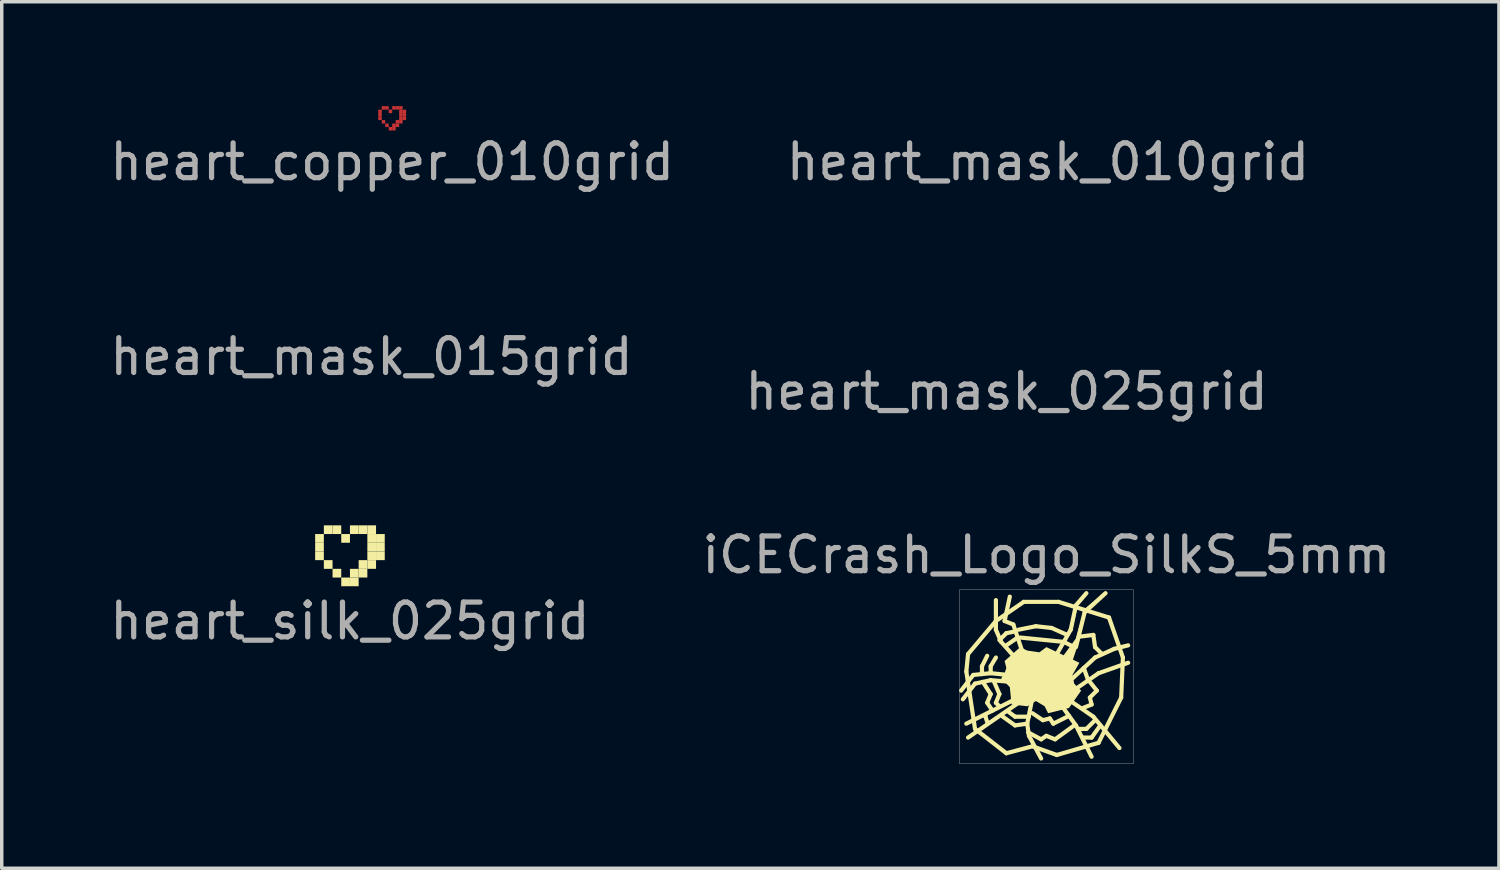
<source format=kicad_pcb>
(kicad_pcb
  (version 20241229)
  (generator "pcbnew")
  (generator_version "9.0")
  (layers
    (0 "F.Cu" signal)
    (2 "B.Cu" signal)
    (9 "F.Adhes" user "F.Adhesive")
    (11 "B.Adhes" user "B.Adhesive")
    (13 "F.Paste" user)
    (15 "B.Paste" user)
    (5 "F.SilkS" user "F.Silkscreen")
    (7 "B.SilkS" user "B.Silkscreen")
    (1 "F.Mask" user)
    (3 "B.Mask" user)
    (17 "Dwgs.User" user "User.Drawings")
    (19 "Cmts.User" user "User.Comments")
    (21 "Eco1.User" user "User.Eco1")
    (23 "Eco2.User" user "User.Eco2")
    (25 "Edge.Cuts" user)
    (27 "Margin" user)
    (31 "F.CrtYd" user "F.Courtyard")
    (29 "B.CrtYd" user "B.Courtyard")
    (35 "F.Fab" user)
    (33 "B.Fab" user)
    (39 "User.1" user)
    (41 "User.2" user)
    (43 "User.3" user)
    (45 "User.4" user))
  (footprint "iCECrash_Logo_SilkS_5mm"
    (layer "F.Cu")
    (at 27.018 16.395)
    (property "Reference" "iCECrash_Logo_SilkS_5mm" (at 0 -3.5 0) (unlocked yes) (layer "F.Fab") (effects (font (size 1 1) (thickness 0.15))))
    (fp_line (start -2.3 -0.15) (end -2.25 -0.65) (stroke (width 0.12) (type solid)) (layer "F.SilkS"))
    (fp_line (start -2.25 -0.65) (end -1.45 -1.6) (stroke (width 0.12) (type solid)) (layer "F.SilkS"))
    (fp_line (start -2.1 -0.05) (end -2.45 0.4) (stroke (width 0.12) (type solid)) (layer "F.SilkS"))
    (fp_line (start -2.05 0.2) (end -2.4 0.65) (stroke (width 0.12) (type solid)) (layer "F.SilkS"))
    (fp_line (start -2.05 1.5) (end -2.3 -0.15) (stroke (width 0.12) (type solid)) (layer "F.SilkS"))
    (fp_line (start -1.85 -0.3) (end -1.7 -0.6) (stroke (width 0.12) (type solid)) (layer "F.SilkS"))
    (fp_line (start -1.85 -0.075) (end -1.85 -0.3) (stroke (width 0.12) (type solid)) (layer "F.SilkS"))
    (fp_line (start -1.75 1.15) (end -1.75 1.1) (stroke (width 0.12) (type solid)) (layer "F.SilkS"))
    (fp_line (start -1.7 0.75) (end -1.6 0.5) (stroke (width 0.12) (type solid)) (layer "F.SilkS"))
    (fp_line (start -1.7 1.3) (end -1.75 1.15) (stroke (width 0.12) (type solid)) (layer "F.SilkS"))
    (fp_line (start -1.6 -0.3) (end -1.45 -0.55) (stroke (width 0.12) (type solid)) (layer "F.SilkS"))
    (fp_line (start -1.6 -0.15) (end -1.6 -0.3) (stroke (width 0.12) (type solid)) (layer "F.SilkS"))
    (fp_line (start -1.6 -0.1) (end -2.1 -0.05) (stroke (width 0.12) (type solid)) (layer "F.SilkS"))
    (fp_line (start -1.6 0.1) (end -2.05 0.2) (stroke (width 0.12) (type solid)) (layer "F.SilkS"))
    (fp_line (start -1.6 0.5) (end -1.825 0.15) (stroke (width 0.12) (type solid)) (layer "F.SilkS"))
    (fp_line (start -1.55 0.975) (end -1.7 0.75) (stroke (width 0.12) (type solid)) (layer "F.SilkS"))
    (fp_line (start -1.45 -1.6) (end -0.65 -2.15) (stroke (width 0.12) (type solid)) (layer "F.SilkS"))
    (fp_line (start -1.45 -1.35) (end -1.45 -2.2) (stroke (width 0.12) (type solid)) (layer "F.SilkS"))
    (fp_line (start -1.45 0.75) (end -1.35 0.5) (stroke (width 0.12) (type solid)) (layer "F.SilkS"))
    (fp_line (start -1.35 -1.05) (end -1.15 -1.25) (stroke (width 0.12) (type solid)) (layer "F.SilkS"))
    (fp_line (start -1.35 0.5) (end -1.5 0.15) (stroke (width 0.12) (type solid)) (layer "F.SilkS"))
    (fp_line (start -1.35 0.85) (end -1.45 0.75) (stroke (width 0.12) (type solid)) (layer "F.SilkS"))
    (fp_line (start -1.3 -1) (end -1.45 -1.35) (stroke (width 0.12) (type solid)) (layer "F.SilkS"))
    (fp_line (start -1.25 1.15) (end -0.9 1.4) (stroke (width 0.12) (type solid)) (layer "F.SilkS"))
    (fp_line (start -1.2 -1.6) (end -1.05 -2.3) (stroke (width 0.12) (type solid)) (layer "F.SilkS"))
    (fp_line (start -1.15 -1.25) (end -0.9 -1.3) (stroke (width 0.12) (type solid)) (layer "F.SilkS"))
    (fp_line (start -1.15 -0.9) (end -0.825 -1.125) (stroke (width 0.12) (type solid)) (layer "F.SilkS"))
    (fp_line (start -1.15 2.2) (end -2.05 1.5) (stroke (width 0.12) (type solid)) (layer "F.SilkS"))
    (fp_line (start -1.1 -0.05) (end -1.6 -0.1) (stroke (width 0.12) (type solid)) (layer "F.SilkS"))
    (fp_line (start -1.1 1) (end -0.9 1.15) (stroke (width 0.12) (type solid)) (layer "F.SilkS"))
    (fp_line (start -1 0.15) (end -1.6 0.1) (stroke (width 0.12) (type solid)) (layer "F.SilkS"))
    (fp_line (start -0.95 -1.5) (end -1.2 -1.6) (stroke (width 0.12) (type solid)) (layer "F.SilkS"))
    (fp_line (start -0.9 -0.55) (end -1.3 -1) (stroke (width 0.12) (type solid)) (layer "F.SilkS"))
    (fp_line (start -0.9 1.15) (end -0.5 1.15) (stroke (width 0.12) (type solid)) (layer "F.SilkS"))
    (fp_line (start -0.9 1.4) (end -0.55 1.35) (stroke (width 0.12) (type solid)) (layer "F.SilkS"))
    (fp_line (start -0.8 -1.35) (end -0.3 -1.45) (stroke (width 0.12) (type solid)) (layer "F.SilkS"))
    (fp_line (start -0.8 0.6) (end -2.3 1.35) (stroke (width 0.12) (type solid)) (layer "F.SilkS"))
    (fp_line (start -0.8 0.75) (end -2.25 1.75) (stroke (width 0.12) (type solid)) (layer "F.SilkS"))
    (fp_line (start -0.75 -1.125) (end 0.5 -1) (stroke (width 0.12) (type solid)) (layer "F.SilkS"))
    (fp_line (start -0.7 -0.75) (end -0.95 -1.5) (stroke (width 0.12) (type solid)) (layer "F.SilkS"))
    (fp_line (start -0.65 -2.15) (end 0.35 -2.15) (stroke (width 0.12) (type solid)) (layer "F.SilkS"))
    (fp_line (start -0.55 1.35) (end -0.5 1.7) (stroke (width 0.12) (type solid)) (layer "F.SilkS"))
    (fp_line (start -0.525 1.6) (end -0.15 1.8) (stroke (width 0.12) (type solid)) (layer "F.SilkS"))
    (fp_line (start -0.5 1.7) (end -0.15 2.35) (stroke (width 0.12) (type solid)) (layer "F.SilkS"))
    (fp_line (start -0.4 0.6) (end -0.55 1.35) (stroke (width 0.12) (type solid)) (layer "F.SilkS"))
    (fp_line (start -0.4 1.05) (end -0.1 1.25) (stroke (width 0.12) (type solid)) (layer "F.SilkS"))
    (fp_line (start -0.4 2) (end -1.15 2.2) (stroke (width 0.12) (type solid)) (layer "F.SilkS"))
    (fp_line (start -0.3 -1.45) (end 0.15 -1.4) (stroke (width 0.12) (type solid)) (layer "F.SilkS"))
    (fp_line (start -0.15 1.8) (end 0 1.7) (stroke (width 0.12) (type solid)) (layer "F.SilkS"))
    (fp_line (start -0.1 1.25) (end 0.1 1.2) (stroke (width 0.12) (type solid)) (layer "F.SilkS"))
    (fp_line (start 0 1.7) (end 0.25 1.8) (stroke (width 0.12) (type solid)) (layer "F.SilkS"))
    (fp_line (start 0.1 1.2) (end 0.2 1.35) (stroke (width 0.12) (type solid)) (layer "F.SilkS"))
    (fp_line (start 0.15 -1.4) (end 0.6 -1.2) (stroke (width 0.12) (type solid)) (layer "F.SilkS"))
    (fp_line (start 0.2 1.35) (end 0.65 1.125) (stroke (width 0.12) (type solid)) (layer "F.SilkS"))
    (fp_line (start 0.25 1.8) (end 0.8 1.4) (stroke (width 0.12) (type solid)) (layer "F.SilkS"))
    (fp_line (start 0.3 -0.65) (end 0.7 -1.35) (stroke (width 0.12) (type solid)) (layer "F.SilkS"))
    (fp_line (start 0.3 2.25) (end -0.4 2) (stroke (width 0.12) (type solid)) (layer "F.SilkS"))
    (fp_line (start 0.35 -2.15) (end 1.8 -1.7) (stroke (width 0.12) (type solid)) (layer "F.SilkS"))
    (fp_line (start 0.45 0.85) (end 0.85 1.4) (stroke (width 0.12) (type solid)) (layer "F.SilkS"))
    (fp_line (start 0.5 -1) (end 0.8 -0.85) (stroke (width 0.12) (type solid)) (layer "F.SilkS"))
    (fp_line (start 0.55 0.6) (end 1.35 1.15) (stroke (width 0.12) (type solid)) (layer "F.SilkS"))
    (fp_line (start 0.7 -1.35) (end 0.85 -2.05) (stroke (width 0.12) (type solid)) (layer "F.SilkS"))
    (fp_line (start 0.7 0.45) (end 1.5 -0.1) (stroke (width 0.12) (type solid)) (layer "F.SilkS"))
    (fp_line (start 0.75 0.05) (end 1.4 -0.55) (stroke (width 0.12) (type solid)) (layer "F.SilkS"))
    (fp_line (start 0.85 -2.05) (end 1.15 -2.4) (stroke (width 0.12) (type solid)) (layer "F.SilkS"))
    (fp_line (start 0.85 -0.85) (end 1.1 -1.85) (stroke (width 0.12) (type solid)) (layer "F.SilkS"))
    (fp_line (start 0.85 1.4) (end 1.3 2.3) (stroke (width 0.12) (type solid)) (layer "F.SilkS"))
    (fp_line (start 0.95 -1.15) (end 1.35 -1.2) (stroke (width 0.12) (type solid)) (layer "F.SilkS"))
    (fp_line (start 0.95 1.5) (end 1.15 1.5) (stroke (width 0.12) (type solid)) (layer "F.SilkS"))
    (fp_line (start 1.05 0.9) (end 1.3 0.8) (stroke (width 0.12) (type solid)) (layer "F.SilkS"))
    (fp_line (start 1.05 1.75) (end 1.3 1.75) (stroke (width 0.12) (type solid)) (layer "F.SilkS"))
    (fp_line (start 1.075 -0.25) (end 1.2 0.1) (stroke (width 0.12) (type solid)) (layer "F.SilkS"))
    (fp_line (start 1.1 -1.85) (end 1.7 -2.4) (stroke (width 0.12) (type solid)) (layer "F.SilkS"))
    (fp_line (start 1.15 1.5) (end 1.4 1.25) (stroke (width 0.12) (type solid)) (layer "F.SilkS"))
    (fp_line (start 1.25 0.6) (end 1.45 0.4) (stroke (width 0.12) (type solid)) (layer "F.SilkS"))
    (fp_line (start 1.3 0.8) (end 1.25 0.6) (stroke (width 0.12) (type solid)) (layer "F.SilkS"))
    (fp_line (start 1.3 1.75) (end 1.55 1.4) (stroke (width 0.12) (type solid)) (layer "F.SilkS"))
    (fp_line (start 1.35 -1.2) (end 1.4 -0.85) (stroke (width 0.12) (type solid)) (layer "F.SilkS"))
    (fp_line (start 1.35 1.15) (end 2.1 2.05) (stroke (width 0.12) (type solid)) (layer "F.SilkS"))
    (fp_line (start 1.4 -0.85) (end 1.6 -0.65) (stroke (width 0.12) (type solid)) (layer "F.SilkS"))
    (fp_line (start 1.4 -0.55) (end 1.95 -0.8) (stroke (width 0.12) (type solid)) (layer "F.SilkS"))
    (fp_line (start 1.45 0.4) (end 1.25 0.15) (stroke (width 0.12) (type solid)) (layer "F.SilkS"))
    (fp_line (start 1.5 -0.1) (end 2.35 -0.4) (stroke (width 0.12) (type solid)) (layer "F.SilkS"))
    (fp_line (start 1.5 1.9) (end 0.3 2.25) (stroke (width 0.12) (type solid)) (layer "F.SilkS"))
    (fp_line (start 1.8 -1.7) (end 2.2 -0.55) (stroke (width 0.12) (type solid)) (layer "F.SilkS"))
    (fp_line (start 1.95 -0.8) (end 2.35 -0.9) (stroke (width 0.12) (type solid)) (layer "F.SilkS"))
    (fp_line (start 2.15 0.6) (end 1.5 1.9) (stroke (width 0.12) (type solid)) (layer "F.SilkS"))
    (fp_line (start 2.2 -0.55) (end 2.15 0.6) (stroke (width 0.12) (type solid)) (layer "F.SilkS"))
    (fp_poly (pts (xy 0.9 -2.05) (xy 0.75 -1.35) (xy 0.3 -0.6) (xy 0.25 -0.6) (xy 0.7 -1.35) (xy 0.85 -2.05) (xy 1.15 -2.4)) (stroke (width 0) (type solid)) (fill yes) (layer "F.SilkS"))
    (fp_poly (pts (xy 1.15 -1.9) (xy 0.95 -1.05) (xy 0.75 -0.45) (xy 0.45 -0.55) (xy 0.85 -1.1) (xy 1.1 -1.95) (xy 1.7 -2.45)) (stroke (width 0) (type solid)) (fill yes) (layer "F.SilkS"))
    (fp_poly (pts (xy 0.95 -0.4) (xy 0.75 -0.05) (xy 0.8 0.2) (xy 1 0.4) (xy 0.65 0.9) (xy 0.05 1.05) (xy -0.05 0.85) (xy -0.3 0.7) (xy -0.55 0.85) (xy -1 0.8) (xy -1.05 0.3) (xy -1.3 0.05) (xy -1.2 -0.1) (xy -1.15 -0.25) (xy -1.2 -0.45) (xy -0.75 -0.85) (xy -0.55 -0.75) (xy -0.2 -0.7) (xy 0 -0.85)) (stroke (width 0) (type solid)) (fill yes) (layer "F.SilkS"))
    (fp_rect (start -2.5 -2.5) (end 2.5 2.5) (stroke (width 0.01) (type solid)) (fill no) (layer "Dwgs.User")))
  (footprint "heart_mask_025grid"
    (layer "F.Cu")
    (at 25.875 6.198)
    (property "Reference" "heart_mask_025grid" (at 0 2 0) (layer "F.Fab") (effects (font (size 1 1) (thickness 0.15))))
    (attr exclude_from_pos_files exclude_from_bom)
    (pad "" smd rect (at -0.875 -0.375) (size 0.25 0.25) (layers "F.Mask"))
    (pad "" smd rect (at -0.875 -0.125) (size 0.25 0.25) (layers "F.Mask"))
    (pad "" smd rect (at -0.875 0.125) (size 0.25 0.25) (layers "F.Mask"))
    (pad "" smd rect (at -0.625 -0.625) (size 0.25 0.25) (layers "F.Mask"))
    (pad "" smd rect (at -0.625 0.375) (size 0.25 0.25) (layers "F.Mask"))
    (pad "" smd rect (at -0.375 -0.625) (size 0.25 0.25) (layers "F.Mask"))
    (pad "" smd rect (at -0.375 0.625) (size 0.25 0.25) (layers "F.Mask"))
    (pad "" smd rect (at -0.125 -0.375) (size 0.25 0.25) (layers "F.Mask"))
    (pad "" smd rect (at -0.125 0.875) (size 0.25 0.25) (layers "F.Mask"))
    (pad "" smd rect (at 0.125 -0.625) (size 0.25 0.25) (layers "F.Mask"))
    (pad "" smd rect (at 0.125 0.625) (size 0.25 0.25) (layers "F.Mask"))
    (pad "" smd rect (at 0.125 0.875) (size 0.25 0.25) (layers "F.Mask"))
    (pad "" smd rect (at 0.375 -0.625) (size 0.25 0.25) (layers "F.Mask"))
    (pad "" smd rect (at 0.375 0.375) (size 0.25 0.25) (layers "F.Mask"))
    (pad "" smd rect (at 0.375 0.625) (size 0.25 0.25) (layers "F.Mask"))
    (pad "" smd rect (at 0.625 -0.625) (size 0.25 0.25) (layers "F.Mask"))
    (pad "" smd rect (at 0.625 -0.375) (size 0.25 0.25) (layers "F.Mask"))
    (pad "" smd rect (at 0.625 -0.125) (size 0.25 0.25) (layers "F.Mask"))
    (pad "" smd rect (at 0.625 0.125) (size 0.25 0.25) (layers "F.Mask"))
    (pad "" smd rect (at 0.625 0.375) (size 0.25 0.25) (layers "F.Mask"))
    (pad "" smd rect (at 0.875 -0.375) (size 0.25 0.25) (layers "F.Mask"))
    (pad "" smd rect (at 0.875 -0.125) (size 0.25 0.25) (layers "F.Mask"))
    (pad "" smd rect (at 0.875 0.125) (size 0.25 0.25) (layers "F.Mask")))
  (footprint "heart_silk_025grid"
    (layer "F.Cu")
    (at 7.006 12.796)
    (property "Reference" "heart_silk_025grid" (at 0 2 0) (layer "F.Fab") (effects (font (size 1 1) (thickness 0.15))))
    (attr through_hole)
    (pad "" smd rect (at -0.875 -0.375) (size 0.25 0.25) (layers "F.SilkS"))
    (pad "" smd rect (at -0.875 -0.125) (size 0.25 0.25) (layers "F.SilkS"))
    (pad "" smd rect (at -0.875 0.125) (size 0.25 0.25) (layers "F.SilkS"))
    (pad "" smd rect (at -0.625 -0.625) (size 0.25 0.25) (layers "F.SilkS"))
    (pad "" smd rect (at -0.625 0.375) (size 0.25 0.25) (layers "F.SilkS"))
    (pad "" smd rect (at -0.375 -0.625) (size 0.25 0.25) (layers "F.SilkS"))
    (pad "" smd rect (at -0.375 0.625) (size 0.25 0.25) (layers "F.SilkS"))
    (pad "" smd rect (at -0.125 -0.375) (size 0.25 0.25) (layers "F.SilkS"))
    (pad "" smd rect (at -0.125 0.875) (size 0.25 0.25) (layers "F.SilkS"))
    (pad "" smd rect (at 0.125 -0.625) (size 0.25 0.25) (layers "F.SilkS"))
    (pad "" smd rect (at 0.125 0.625) (size 0.25 0.25) (layers "F.SilkS"))
    (pad "" smd rect (at 0.125 0.875) (size 0.25 0.25) (layers "F.SilkS"))
    (pad "" smd rect (at 0.375 -0.625) (size 0.25 0.25) (layers "F.SilkS"))
    (pad "" smd rect (at 0.375 0.375) (size 0.25 0.25) (layers "F.SilkS"))
    (pad "" smd rect (at 0.375 0.625) (size 0.25 0.25) (layers "F.SilkS"))
    (pad "" smd rect (at 0.625 -0.625) (size 0.25 0.25) (layers "F.SilkS"))
    (pad "" smd rect (at 0.625 -0.375) (size 0.25 0.25) (layers "F.SilkS"))
    (pad "" smd rect (at 0.625 -0.125) (size 0.25 0.25) (layers "F.SilkS"))
    (pad "" smd rect (at 0.625 0.125) (size 0.25 0.25) (layers "F.SilkS"))
    (pad "" smd rect (at 0.625 0.375) (size 0.25 0.25) (layers "F.SilkS"))
    (pad "" smd rect (at 0.875 -0.375) (size 0.25 0.25) (layers "F.SilkS"))
    (pad "" smd rect (at 0.875 -0.125) (size 0.25 0.25) (layers "F.SilkS"))
    (pad "" smd rect (at 0.875 0.125) (size 0.25 0.25) (layers "F.SilkS")))
  (footprint "heart_copper_010grid"
    (layer "F.Cu")
    (at 8.22 0.3)
    (property "Reference" "heart_copper_010grid" (at 0 1.3 0) (layer "F.Fab") (effects (font (size 1 1) (thickness 0.15))))
    (attr exclude_from_pos_files exclude_from_bom)
    (pad "1" smd rect (at -0.35 -0.15) (size 0.1 0.1) (layers "F.Cu" "F.Mask"))
    (pad "1" smd rect (at -0.35 -0.05) (size 0.1 0.1) (layers "F.Cu" "F.Mask"))
    (pad "1" smd rect (at -0.35 0.05) (size 0.1 0.1) (layers "F.Cu" "F.Mask"))
    (pad "1" smd rect (at -0.25 -0.25) (size 0.1 0.1) (layers "F.Cu" "F.Mask"))
    (pad "1" smd rect (at -0.25 0.15) (size 0.1 0.1) (layers "F.Cu" "F.Mask"))
    (pad "1" smd rect (at -0.15 -0.25) (size 0.1 0.1) (layers "F.Cu" "F.Mask"))
    (pad "1" smd rect (at -0.15 0.25) (size 0.1 0.1) (layers "F.Cu" "F.Mask"))
    (pad "1" smd rect (at -0.05 -0.15) (size 0.1 0.1) (layers "F.Cu" "F.Mask"))
    (pad "1" smd rect (at -0.05 0.35) (size 0.1 0.1) (layers "F.Cu" "F.Mask"))
    (pad "1" smd rect (at 0.05 -0.25) (size 0.1 0.1) (layers "F.Cu" "F.Mask"))
    (pad "1" smd rect (at 0.05 0.25) (size 0.1 0.1) (layers "F.Cu" "F.Mask"))
    (pad "1" smd rect (at 0.05 0.35) (size 0.1 0.1) (layers "F.Cu" "F.Mask"))
    (pad "1" smd rect (at 0.15 -0.25) (size 0.1 0.1) (layers "F.Cu" "F.Mask"))
    (pad "1" smd rect (at 0.15 0.15) (size 0.1 0.1) (layers "F.Cu" "F.Mask"))
    (pad "1" smd rect (at 0.15 0.25) (size 0.1 0.1) (layers "F.Cu" "F.Mask"))
    (pad "1" smd rect (at 0.25 -0.25) (size 0.1 0.1) (layers "F.Cu" "F.Mask"))
    (pad "1" smd rect (at 0.25 -0.15) (size 0.1 0.1) (layers "F.Cu" "F.Mask"))
    (pad "1" smd rect (at 0.25 -0.05) (size 0.1 0.1) (layers "F.Cu" "F.Mask"))
    (pad "1" smd rect (at 0.25 0.05) (size 0.1 0.1) (layers "F.Cu" "F.Mask"))
    (pad "1" smd rect (at 0.25 0.15) (size 0.1 0.1) (layers "F.Cu" "F.Mask"))
    (pad "1" smd rect (at 0.35 -0.15) (size 0.1 0.1) (layers "F.Cu" "F.Mask"))
    (pad "1" smd rect (at 0.35 -0.05) (size 0.1 0.1) (layers "F.Cu" "F.Mask"))
    (pad "1" smd rect (at 0.35 0.05) (size 0.1 0.1) (layers "F.Cu" "F.Mask")))
  (footprint "heart_mask_010grid"
    (layer "F.Cu")
    (at 27.065 0.3)
    (property "Reference" "heart_mask_010grid" (at 0 1.3 0) (layer "F.Fab") (effects (font (size 1 1) (thickness 0.15))))
    (attr exclude_from_pos_files exclude_from_bom)
    (pad "" smd rect (at -0.35 -0.15) (size 0.1 0.1) (layers "F.Mask"))
    (pad "" smd rect (at -0.35 -0.05) (size 0.1 0.1) (layers "F.Mask"))
    (pad "" smd rect (at -0.35 0.05) (size 0.1 0.1) (layers "F.Mask"))
    (pad "" smd rect (at -0.25 -0.25) (size 0.1 0.1) (layers "F.Mask"))
    (pad "" smd rect (at -0.25 0.15) (size 0.1 0.1) (layers "F.Mask"))
    (pad "" smd rect (at -0.15 -0.25) (size 0.1 0.1) (layers "F.Mask"))
    (pad "" smd rect (at -0.15 0.25) (size 0.1 0.1) (layers "F.Mask"))
    (pad "" smd rect (at -0.05 -0.15) (size 0.1 0.1) (layers "F.Mask"))
    (pad "" smd rect (at -0.05 0.35) (size 0.1 0.1) (layers "F.Mask"))
    (pad "" smd rect (at 0.05 -0.25) (size 0.1 0.1) (layers "F.Mask"))
    (pad "" smd rect (at 0.05 0.25) (size 0.1 0.1) (layers "F.Mask"))
    (pad "" smd rect (at 0.05 0.35) (size 0.1 0.1) (layers "F.Mask"))
    (pad "" smd rect (at 0.15 -0.25) (size 0.1 0.1) (layers "F.Mask"))
    (pad "" smd rect (at 0.15 0.15) (size 0.1 0.1) (layers "F.Mask"))
    (pad "" smd rect (at 0.15 0.25) (size 0.1 0.1) (layers "F.Mask"))
    (pad "" smd rect (at 0.25 -0.25) (size 0.1 0.1) (layers "F.Mask"))
    (pad "" smd rect (at 0.25 -0.15) (size 0.1 0.1) (layers "F.Mask"))
    (pad "" smd rect (at 0.25 -0.05) (size 0.1 0.1) (layers "F.Mask"))
    (pad "" smd rect (at 0.25 0.05) (size 0.1 0.1) (layers "F.Mask"))
    (pad "" smd rect (at 0.25 0.15) (size 0.1 0.1) (layers "F.Mask"))
    (pad "" smd rect (at 0.35 -0.15) (size 0.1 0.1) (layers "F.Mask"))
    (pad "" smd rect (at 0.35 -0.05) (size 0.1 0.1) (layers "F.Mask"))
    (pad "" smd rect (at 0.35 0.05) (size 0.1 0.1) (layers "F.Mask")))
  (footprint "heart_mask_015grid"
    (layer "F.Cu")
    (at 7.625 5.898)
    (property "Reference" "heart_mask_015grid" (at 0 1.3 0) (layer "F.Fab") (effects (font (size 1 1) (thickness 0.15))))
    (attr exclude_from_pos_files exclude_from_bom)
    (pad "" smd rect (at -0.525 -0.225) (size 0.15 0.15) (layers "F.Mask"))
    (pad "" smd rect (at -0.525 -0.075) (size 0.15 0.15) (layers "F.Mask"))
    (pad "" smd rect (at -0.525 0.075) (size 0.15 0.15) (layers "F.Mask"))
    (pad "" smd rect (at -0.375 -0.375) (size 0.15 0.15) (layers "F.Mask"))
    (pad "" smd rect (at -0.375 0.225) (size 0.15 0.15) (layers "F.Mask"))
    (pad "" smd rect (at -0.225 -0.375) (size 0.15 0.15) (layers "F.Mask"))
    (pad "" smd rect (at -0.225 0.375) (size 0.15 0.15) (layers "F.Mask"))
    (pad "" smd rect (at -0.075 -0.225) (size 0.15 0.15) (layers "F.Mask"))
    (pad "" smd rect (at -0.075 0.525) (size 0.15 0.15) (layers "F.Mask"))
    (pad "" smd rect (at 0.075 -0.375) (size 0.15 0.15) (layers "F.Mask"))
    (pad "" smd rect (at 0.075 0.375) (size 0.15 0.15) (layers "F.Mask"))
    (pad "" smd rect (at 0.075 0.525) (size 0.15 0.15) (layers "F.Mask"))
    (pad "" smd rect (at 0.225 -0.375) (size 0.15 0.15) (layers "F.Mask"))
    (pad "" smd rect (at 0.225 0.225) (size 0.15 0.15) (layers "F.Mask"))
    (pad "" smd rect (at 0.225 0.375) (size 0.15 0.15) (layers "F.Mask"))
    (pad "" smd rect (at 0.375 -0.375) (size 0.15 0.15) (layers "F.Mask"))
    (pad "" smd rect (at 0.375 -0.225) (size 0.15 0.15) (layers "F.Mask"))
    (pad "" smd rect (at 0.375 -0.075) (size 0.15 0.15) (layers "F.Mask"))
    (pad "" smd rect (at 0.375 0.075) (size 0.15 0.15) (layers "F.Mask"))
    (pad "" smd rect (at 0.375 0.225) (size 0.15 0.15) (layers "F.Mask"))
    (pad "" smd rect (at 0.525 -0.225) (size 0.15 0.15) (layers "F.Mask"))
    (pad "" smd rect (at 0.525 -0.075) (size 0.15 0.15) (layers "F.Mask"))
    (pad "" smd rect (at 0.525 0.075) (size 0.15 0.15) (layers "F.Mask")))
  (gr_rect
    (start -3 -3)
    (end 40.024 21.9)
    (stroke (width 0.1) (type default))
    (fill no)
    (layer "Edge.Cuts")))
</source>
